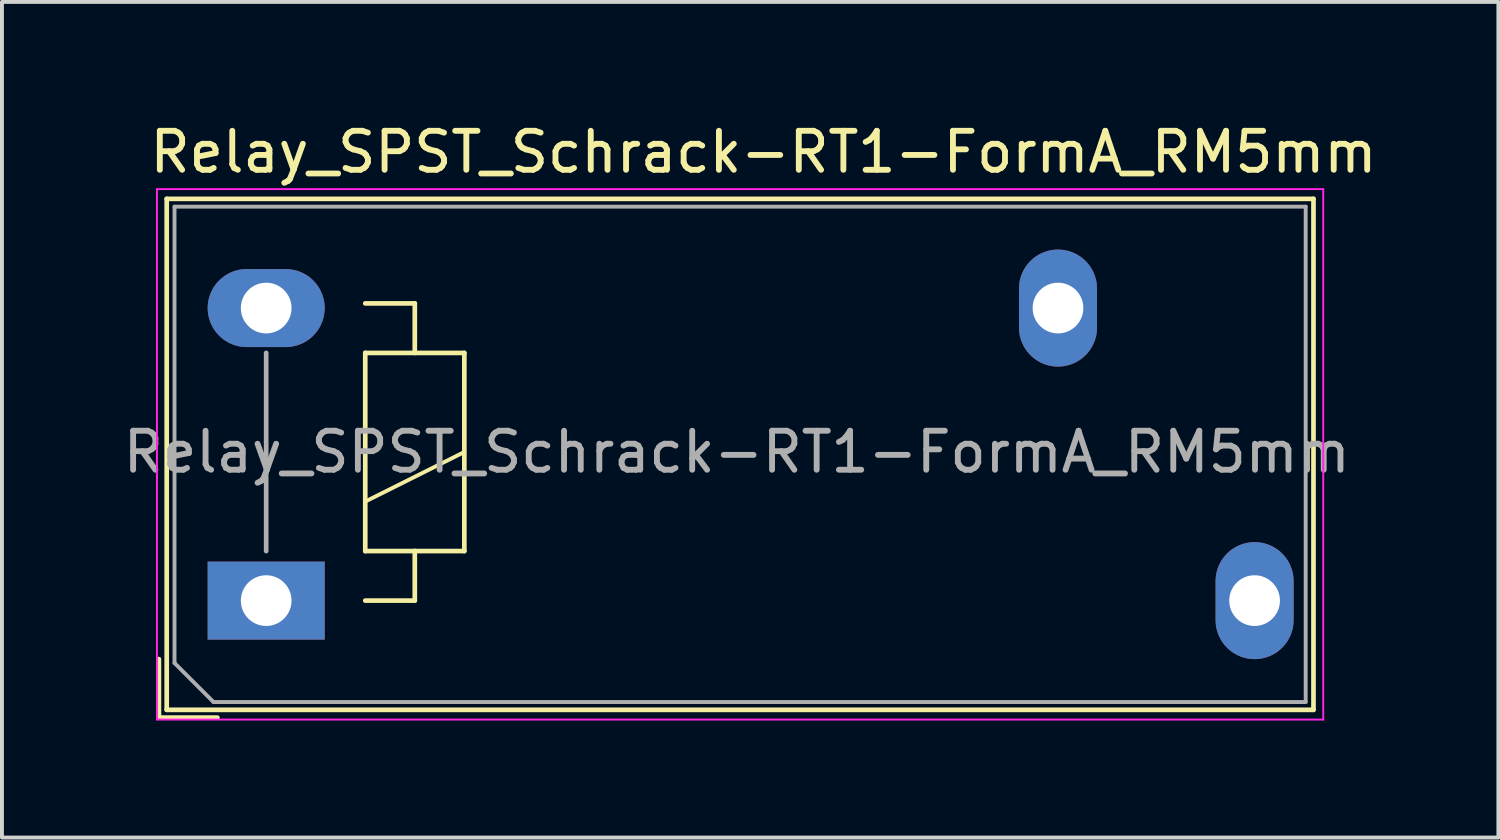
<source format=kicad_pcb>
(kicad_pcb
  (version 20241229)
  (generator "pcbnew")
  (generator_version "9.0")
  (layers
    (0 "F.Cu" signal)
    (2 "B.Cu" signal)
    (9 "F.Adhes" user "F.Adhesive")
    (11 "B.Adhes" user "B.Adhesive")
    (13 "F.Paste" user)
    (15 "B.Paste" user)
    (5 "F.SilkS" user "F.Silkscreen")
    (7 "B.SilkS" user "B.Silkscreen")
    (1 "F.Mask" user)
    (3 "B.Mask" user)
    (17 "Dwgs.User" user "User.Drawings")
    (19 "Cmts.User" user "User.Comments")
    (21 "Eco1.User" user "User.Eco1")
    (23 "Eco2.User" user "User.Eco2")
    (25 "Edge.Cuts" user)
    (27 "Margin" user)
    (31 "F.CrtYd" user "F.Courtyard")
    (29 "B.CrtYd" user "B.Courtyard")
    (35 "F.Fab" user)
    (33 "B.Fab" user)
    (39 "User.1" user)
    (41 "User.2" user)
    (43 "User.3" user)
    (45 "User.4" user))
  (footprint "Relay_SPST_Schrack-RT1-FormA_RM5mm"
    (layer "F.Cu")
    (at 3.774 12.348)
    (property "Reference" "Relay_SPST_Schrack-RT1-FormA_RM5mm" (at 12.75 -11.5 0) (layer "F.SilkS") (effects (font (size 1 1) (thickness 0.15))))
    (attr through_hole)
    (fp_line (start -2.75 1.5) (end -2.75 3) (stroke (width 0.12) (type solid)) (layer "F.SilkS"))
    (fp_line (start -2.75 3) (end -1.25 3) (stroke (width 0.12) (type solid)) (layer "F.SilkS"))
    (fp_line (start -2.55 -10.3) (end -2.55 2.8) (stroke (width 0.12) (type solid)) (layer "F.SilkS"))
    (fp_line (start -2.55 2.8) (end 26.85 2.8) (stroke (width 0.12) (type solid)) (layer "F.SilkS"))
    (fp_line (start 2.54 -6.35) (end 2.54 -1.27) (stroke (width 0.12) (type solid)) (layer "F.SilkS"))
    (fp_line (start 2.54 -2.54) (end 5.08 -3.81) (stroke (width 0.1) (type solid)) (layer "F.SilkS"))
    (fp_line (start 2.54 -1.27) (end 3.81 -1.27) (stroke (width 0.12) (type solid)) (layer "F.SilkS"))
    (fp_line (start 2.54 0) (end 3.81 0) (stroke (width 0.12) (type solid)) (layer "F.SilkS"))
    (fp_line (start 3.81 -7.62) (end 2.54 -7.62) (stroke (width 0.12) (type solid)) (layer "F.SilkS"))
    (fp_line (start 3.81 -6.35) (end 3.81 -7.62) (stroke (width 0.12) (type solid)) (layer "F.SilkS"))
    (fp_line (start 3.81 -1.27) (end 5.08 -1.27) (stroke (width 0.12) (type solid)) (layer "F.SilkS"))
    (fp_line (start 3.81 0) (end 3.81 -1.27) (stroke (width 0.12) (type solid)) (layer "F.SilkS"))
    (fp_line (start 5.08 -6.35) (end 2.54 -6.35) (stroke (width 0.12) (type solid)) (layer "F.SilkS"))
    (fp_line (start 5.08 -1.27) (end 5.08 -6.35) (stroke (width 0.12) (type solid)) (layer "F.SilkS"))
    (fp_line (start 26.85 -10.3) (end -2.55 -10.3) (stroke (width 0.12) (type solid)) (layer "F.SilkS"))
    (fp_line (start 26.85 2.8) (end 26.85 -10.3) (stroke (width 0.12) (type solid)) (layer "F.SilkS"))
    (fp_line (start -2.8 -10.55) (end -2.8 3.05) (stroke (width 0.05) (type solid)) (layer "F.CrtYd"))
    (fp_line (start -2.8 3.05) (end 27.1 3.05) (stroke (width 0.05) (type solid)) (layer "F.CrtYd"))
    (fp_line (start 27.1 -10.55) (end -2.8 -10.55) (stroke (width 0.05) (type solid)) (layer "F.CrtYd"))
    (fp_line (start 27.1 3.05) (end 27.1 -10.55) (stroke (width 0.05) (type solid)) (layer "F.CrtYd"))
    (fp_line (start -2.35 -10.1) (end -2.35 1.6) (stroke (width 0.1) (type solid)) (layer "F.Fab"))
    (fp_line (start -2.35 1.6) (end -1.35 2.6) (stroke (width 0.1) (type solid)) (layer "F.Fab"))
    (fp_line (start -1.35 2.6) (end 26.65 2.6) (stroke (width 0.1) (type solid)) (layer "F.Fab"))
    (fp_line (start 0 -1.27) (end 0 -6.35) (stroke (width 0.12) (type solid)) (layer "F.Fab"))
    (fp_line (start 26.65 -10.1) (end -2.35 -10.1) (stroke (width 0.1) (type solid)) (layer "F.Fab"))
    (fp_line (start 26.65 2.6) (end 26.65 -10.1) (stroke (width 0.1) (type solid)) (layer "F.Fab"))
    (fp_text user "${REFERENCE}" (at 12.065 -3.81 180) (layer "F.Fab") (effects (font (size 1 1) (thickness 0.15))))
    (pad "11" thru_hole oval (at 20.3 -7.5 180) (size 2 3) (drill 1.3) (layers "*.Cu" "*.Mask"))
    (pad "14" thru_hole oval (at 25.34 0 180) (size 2 3) (drill 1.3) (layers "*.Cu" "*.Mask"))
    (pad "A1" thru_hole rect (at 0 0 180) (size 3 2) (drill 1.3) (layers "*.Cu" "*.Mask"))
    (pad "A2" thru_hole oval (at 0 -7.5 180) (size 3 2) (drill 1.3) (layers "*.Cu" "*.Mask")))
  (gr_rect
    (start -3 -3)
    (end 35.364 18.423)
    (stroke (width 0.1) (type default))
    (fill no)
    (layer "Edge.Cuts")))
</source>
